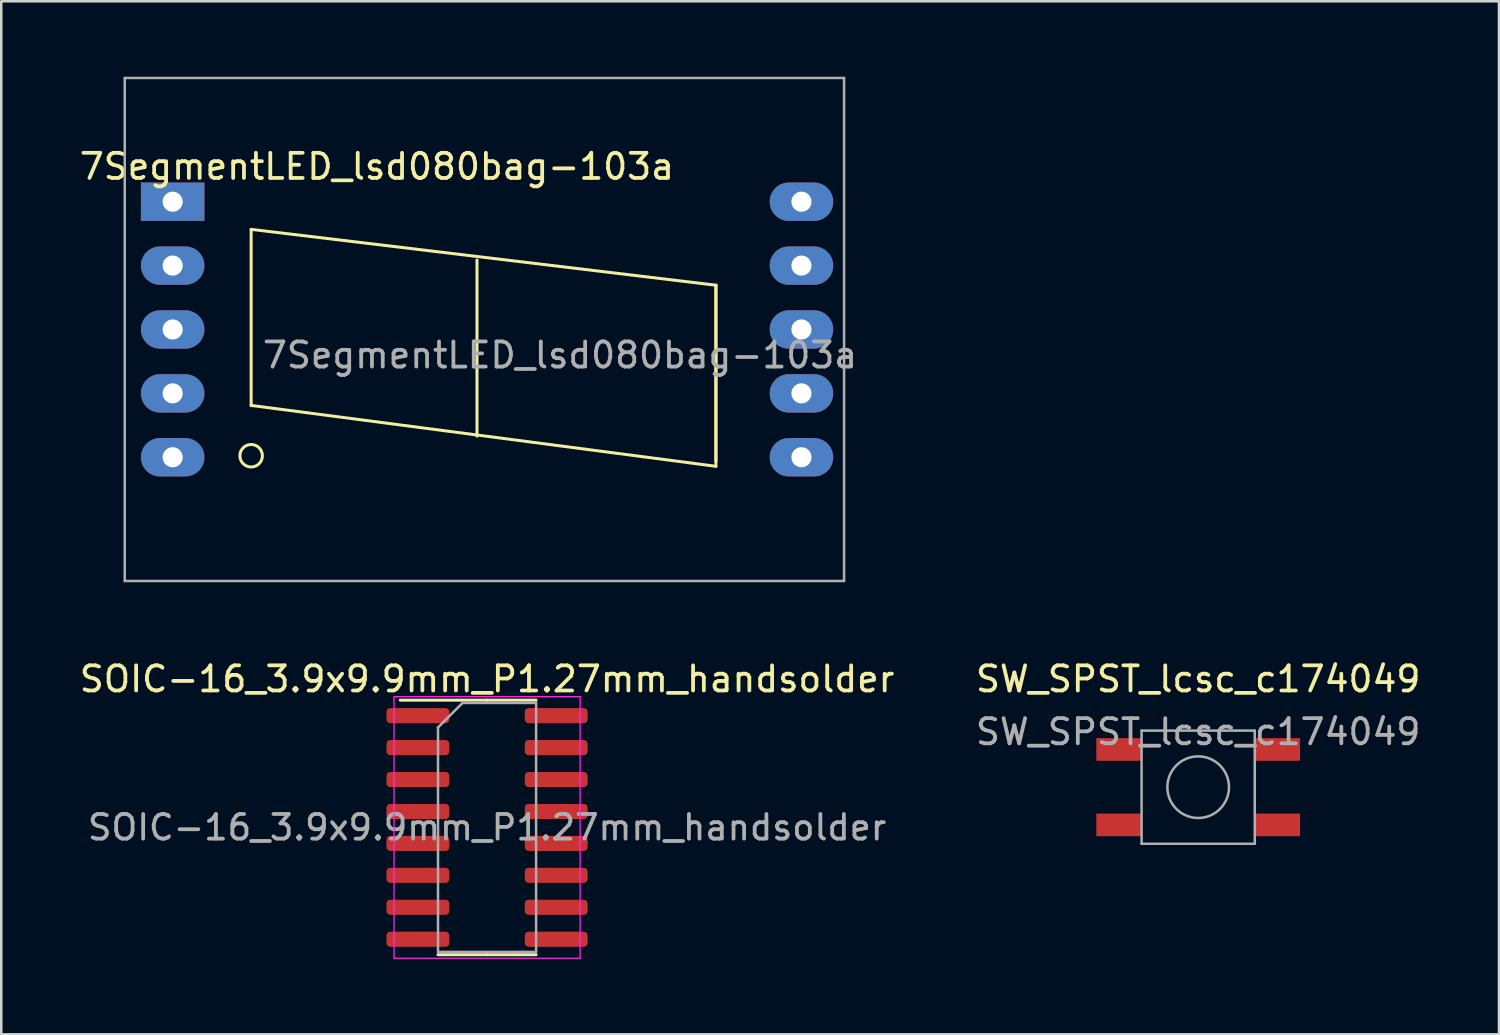
<source format=kicad_pcb>
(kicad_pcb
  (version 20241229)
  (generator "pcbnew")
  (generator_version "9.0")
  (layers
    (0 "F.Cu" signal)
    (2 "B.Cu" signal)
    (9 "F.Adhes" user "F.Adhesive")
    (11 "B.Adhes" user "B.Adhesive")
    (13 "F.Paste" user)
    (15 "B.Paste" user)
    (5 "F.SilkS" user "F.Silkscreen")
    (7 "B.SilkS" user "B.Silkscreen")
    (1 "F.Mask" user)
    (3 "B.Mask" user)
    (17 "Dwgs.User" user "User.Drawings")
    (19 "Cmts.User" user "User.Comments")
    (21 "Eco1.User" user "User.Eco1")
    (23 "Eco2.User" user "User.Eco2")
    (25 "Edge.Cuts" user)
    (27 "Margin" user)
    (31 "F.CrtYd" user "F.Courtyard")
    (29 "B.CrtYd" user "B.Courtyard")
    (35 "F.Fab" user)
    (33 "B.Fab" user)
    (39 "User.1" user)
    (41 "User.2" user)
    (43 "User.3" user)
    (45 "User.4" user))
  (footprint "7SegmentLED_lsd080bag-103a"
    (layer "F.Cu")
    (at 3.815 4.97)
    (property "Reference" "7SegmentLED_lsd080bag-103a" (at 8.12 -1.4 0) (layer "F.SilkS") (effects (font (size 1 1) (thickness 0.15))))
    (attr through_hole)
    (fp_line (start 3.12 1.1) (end 3.12 8.1) (stroke (width 0.12) (type solid)) (layer "F.SilkS"))
    (fp_line (start 3.12 1.1) (end 21.6 3.32) (stroke (width 0.12) (type solid)) (layer "F.SilkS"))
    (fp_line (start 12.1 9.32) (end 12.1 2.32) (stroke (width 0.12) (type solid)) (layer "F.SilkS"))
    (fp_line (start 21.6 3.32) (end 21.6 10.32) (stroke (width 0.12) (type solid)) (layer "F.SilkS"))
    (fp_line (start 21.6 3.32) (end 21.6 10.52) (stroke (width 0.12) (type solid)) (layer "F.SilkS"))
    (fp_line (start 21.6 10.52) (end 3.12 8.1) (stroke (width 0.12) (type solid)) (layer "F.SilkS"))
    (fp_circle (center 3.12 10.1) (end 3.567 10.1) (stroke (width 0.12) (type solid)) (fill no) (layer "F.SilkS"))
    (fp_line (start -1.905 -4.92) (end -1.905 15.08) (stroke (width 0.1) (type solid)) (layer "F.Fab"))
    (fp_line (start -1.905 -4.92) (end 26.695 -4.92) (stroke (width 0.1) (type solid)) (layer "F.Fab"))
    (fp_line (start -1.905 15.08) (end 26.695 15.08) (stroke (width 0.1) (type solid)) (layer "F.Fab"))
    (fp_line (start 26.695 15.08) (end 26.695 -4.92) (stroke (width 0.1) (type solid)) (layer "F.Fab"))
    (fp_text user "${REFERENCE}" (at 15.4 6.1 0) (layer "F.Fab") (effects (font (size 1 1) (thickness 0.15))))
    (pad "1" thru_hole rect (at 0 0 270) (size 1.524 2.524) (drill 0.8) (layers "*.Cu" "*.Mask"))
    (pad "2" thru_hole oval (at 0 2.54 270) (size 1.524 2.524) (drill 0.8) (layers "*.Cu" "*.Mask"))
    (pad "3" thru_hole oval (at 0 5.08 270) (size 1.524 2.524) (drill 0.8) (layers "*.Cu" "*.Mask"))
    (pad "4" thru_hole oval (at 0 7.62 270) (size 1.524 2.524) (drill 0.8) (layers "*.Cu" "*.Mask"))
    (pad "5" thru_hole oval (at 0 10.16 270) (size 1.524 2.524) (drill 0.8) (layers "*.Cu" "*.Mask"))
    (pad "6" thru_hole oval (at 25 10.16 270) (size 1.524 2.524) (drill 0.8) (layers "*.Cu" "*.Mask"))
    (pad "7" thru_hole oval (at 25 7.62 270) (size 1.524 2.524) (drill 0.8) (layers "*.Cu" "*.Mask"))
    (pad "8" thru_hole oval (at 25 5.08 270) (size 1.524 2.524) (drill 0.8) (layers "*.Cu" "*.Mask"))
    (pad "9" thru_hole oval (at 25 2.54 270) (size 1.524 2.524) (drill 0.8) (layers "*.Cu" "*.Mask"))
    (pad "10" thru_hole oval (at 25 0 270) (size 1.524 2.524) (drill 0.8) (layers "*.Cu" "*.Mask")))
  (footprint "SOIC-16_3.9x9.9mm_P1.27mm_handsolder"
    (layer "F.Cu")
    (at 16.315 29.848)
    (property "Reference" "SOIC-16_3.9x9.9mm_P1.27mm_handsolder" (at 0 -5.9 0) (layer "F.SilkS") (effects (font (size 1 1) (thickness 0.15))))
    (attr smd)
    (fp_line (start 0 -5.06) (end -3.45 -5.06) (stroke (width 0.12) (type solid)) (layer "F.SilkS"))
    (fp_line (start 0 -5.06) (end 1.95 -5.06) (stroke (width 0.12) (type solid)) (layer "F.SilkS"))
    (fp_line (start 0 5.06) (end -1.95 5.06) (stroke (width 0.12) (type solid)) (layer "F.SilkS"))
    (fp_line (start 0 5.06) (end 1.95 5.06) (stroke (width 0.12) (type solid)) (layer "F.SilkS"))
    (fp_line (start -3.7 -5.2) (end -3.7 5.2) (stroke (width 0.05) (type solid)) (layer "F.CrtYd"))
    (fp_line (start -3.7 5.2) (end 3.7 5.2) (stroke (width 0.05) (type solid)) (layer "F.CrtYd"))
    (fp_line (start 3.7 -5.2) (end -3.7 -5.2) (stroke (width 0.05) (type solid)) (layer "F.CrtYd"))
    (fp_line (start 3.7 5.2) (end 3.7 -5.2) (stroke (width 0.05) (type solid)) (layer "F.CrtYd"))
    (fp_line (start -1.95 -3.975) (end -0.975 -4.95) (stroke (width 0.1) (type solid)) (layer "F.Fab"))
    (fp_line (start -1.95 4.95) (end -1.95 -3.975) (stroke (width 0.1) (type solid)) (layer "F.Fab"))
    (fp_line (start -0.975 -4.95) (end 1.95 -4.95) (stroke (width 0.1) (type solid)) (layer "F.Fab"))
    (fp_line (start 1.95 -4.95) (end 1.95 4.95) (stroke (width 0.1) (type solid)) (layer "F.Fab"))
    (fp_line (start 1.95 4.95) (end -1.95 4.95) (stroke (width 0.1) (type solid)) (layer "F.Fab"))
    (fp_text user "${REFERENCE}" (at 0 0 0) (layer "F.Fab") (effects (font (size 0.98 0.98) (thickness 0.15))))
    (pad "1" smd roundrect (at -2.75 -4.445) (size 2.5 0.6) (layers "F.Cu" "F.Mask" "F.Paste") (roundrect_rratio 0.25))
    (pad "2" smd roundrect (at -2.75 -3.175) (size 2.5 0.6) (layers "F.Cu" "F.Mask" "F.Paste") (roundrect_rratio 0.25))
    (pad "3" smd roundrect (at -2.75 -1.905) (size 2.5 0.6) (layers "F.Cu" "F.Mask" "F.Paste") (roundrect_rratio 0.25))
    (pad "4" smd roundrect (at -2.75 -0.635) (size 2.5 0.6) (layers "F.Cu" "F.Mask" "F.Paste") (roundrect_rratio 0.25))
    (pad "5" smd roundrect (at -2.75 0.635) (size 2.5 0.6) (layers "F.Cu" "F.Mask" "F.Paste") (roundrect_rratio 0.25))
    (pad "6" smd roundrect (at -2.75 1.905) (size 2.5 0.6) (layers "F.Cu" "F.Mask" "F.Paste") (roundrect_rratio 0.25))
    (pad "7" smd roundrect (at -2.75 3.175) (size 2.5 0.6) (layers "F.Cu" "F.Mask" "F.Paste") (roundrect_rratio 0.25))
    (pad "8" smd roundrect (at -2.75 4.445) (size 2.5 0.6) (layers "F.Cu" "F.Mask" "F.Paste") (roundrect_rratio 0.25))
    (pad "9" smd roundrect (at 2.75 4.445) (size 2.5 0.6) (layers "F.Cu" "F.Mask" "F.Paste") (roundrect_rratio 0.25))
    (pad "10" smd roundrect (at 2.75 3.175) (size 2.5 0.6) (layers "F.Cu" "F.Mask" "F.Paste") (roundrect_rratio 0.25))
    (pad "11" smd roundrect (at 2.75 1.905) (size 2.5 0.6) (layers "F.Cu" "F.Mask" "F.Paste") (roundrect_rratio 0.25))
    (pad "12" smd roundrect (at 2.75 0.635) (size 2.5 0.6) (layers "F.Cu" "F.Mask" "F.Paste") (roundrect_rratio 0.25))
    (pad "13" smd roundrect (at 2.75 -0.635) (size 2.5 0.6) (layers "F.Cu" "F.Mask" "F.Paste") (roundrect_rratio 0.25))
    (pad "14" smd roundrect (at 2.75 -1.905) (size 2.5 0.6) (layers "F.Cu" "F.Mask" "F.Paste") (roundrect_rratio 0.25))
    (pad "15" smd roundrect (at 2.75 -3.175) (size 2.5 0.6) (layers "F.Cu" "F.Mask" "F.Paste") (roundrect_rratio 0.25))
    (pad "16" smd roundrect (at 2.75 -4.445) (size 2.5 0.6) (layers "F.Cu" "F.Mask" "F.Paste") (roundrect_rratio 0.25)))
  (footprint "SW_SPST_lcsc_c174049"
    (layer "F.Cu")
    (at 44.589 28.248)
    (property "Reference" "SW_SPST_lcsc_c174049" (at 0 -4.3 0) (layer "F.SilkS") (effects (font (size 1 1) (thickness 0.15))))
    (attr smd)
    (fp_line (start -2.25 -2.25) (end 2.25 -2.25) (stroke (width 0.1) (type solid)) (layer "F.Fab"))
    (fp_line (start -2.25 2.25) (end -2.25 -2.25) (stroke (width 0.1) (type solid)) (layer "F.Fab"))
    (fp_line (start 2.25 -2.25) (end 2.25 2.25) (stroke (width 0.1) (type solid)) (layer "F.Fab"))
    (fp_line (start 2.25 2.25) (end -2.25 2.25) (stroke (width 0.1) (type solid)) (layer "F.Fab"))
    (fp_circle (center 0 0) (end 1.225 0) (stroke (width 0.1) (type solid)) (fill no) (layer "F.Fab"))
    (fp_text user "${REFERENCE}" (at 0 -2.2 0) (layer "F.Fab") (effects (font (size 1 1) (thickness 0.15))))
    (pad "1" smd rect (at -3.15 -1.5 180) (size 1.8 0.9) (layers "F.Cu" "F.Mask" "F.Paste"))
    (pad "1" smd rect (at 3.15 -1.5 180) (size 1.8 0.9) (layers "F.Cu" "F.Mask" "F.Paste"))
    (pad "2" smd rect (at -3.15 1.5 180) (size 1.8 0.9) (layers "F.Cu" "F.Mask" "F.Paste"))
    (pad "2" smd rect (at 3.15 1.5 180) (size 1.8 0.9) (layers "F.Cu" "F.Mask" "F.Paste")))
  (gr_rect
    (start -3 -3)
    (end 56.548 38.073)
    (stroke (width 0.1) (type default))
    (fill no)
    (layer "Edge.Cuts")))
</source>
